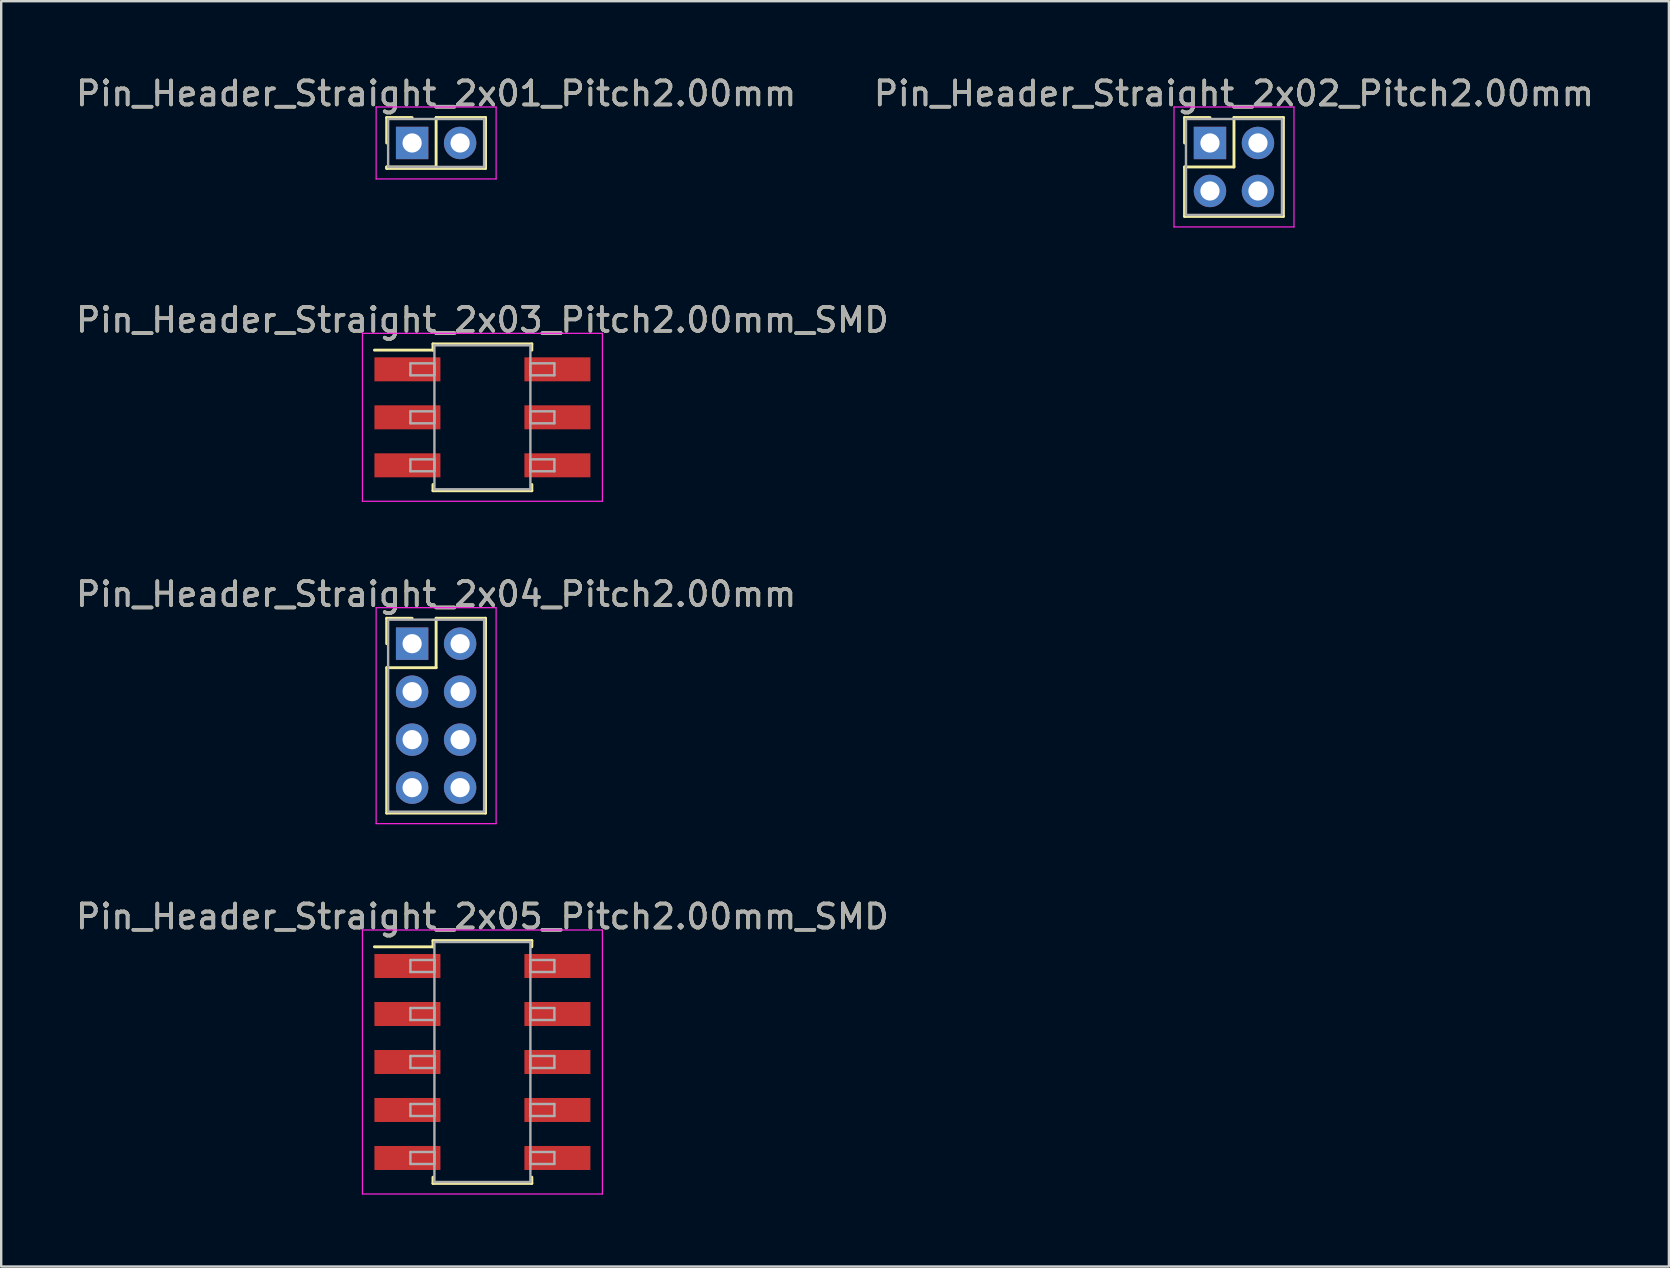
<source format=kicad_pcb>
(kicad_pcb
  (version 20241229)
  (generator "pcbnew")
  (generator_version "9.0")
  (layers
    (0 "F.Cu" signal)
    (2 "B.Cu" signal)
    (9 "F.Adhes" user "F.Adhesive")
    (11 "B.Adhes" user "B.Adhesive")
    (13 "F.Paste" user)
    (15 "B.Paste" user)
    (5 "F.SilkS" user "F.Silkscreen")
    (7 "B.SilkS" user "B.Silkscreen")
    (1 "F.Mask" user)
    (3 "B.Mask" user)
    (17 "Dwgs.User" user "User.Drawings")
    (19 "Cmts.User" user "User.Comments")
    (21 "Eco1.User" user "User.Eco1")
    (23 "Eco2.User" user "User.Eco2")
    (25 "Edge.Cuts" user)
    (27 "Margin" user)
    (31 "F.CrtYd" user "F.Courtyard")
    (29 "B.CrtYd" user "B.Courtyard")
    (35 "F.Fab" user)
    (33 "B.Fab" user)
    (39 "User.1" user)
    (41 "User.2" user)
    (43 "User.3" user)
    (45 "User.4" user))
  (footprint "Pin_Header_Straight_2x04_Pitch2.00mm"
    (layer "F.Cu")
    (at 14.125 23.775)
    (property "Reference" "Pin_Header_Straight_2x04_Pitch2.00mm" (at 1 -2.06 0) (layer "F.SilkS") (effects (font (size 1 1) (thickness 0.15))))
    (attr through_hole)
    (fp_line (start -1.06 -1.06) (end 0 -1.06) (stroke (width 0.12) (type solid)) (layer "F.SilkS"))
    (fp_line (start -1.06 0) (end -1.06 -1.06) (stroke (width 0.12) (type solid)) (layer "F.SilkS"))
    (fp_line (start -1.06 1) (end -1.06 7.06) (stroke (width 0.12) (type solid)) (layer "F.SilkS"))
    (fp_line (start -1.06 7.06) (end 3.06 7.06) (stroke (width 0.12) (type solid)) (layer "F.SilkS"))
    (fp_line (start 1 -1.06) (end 1 1) (stroke (width 0.12) (type solid)) (layer "F.SilkS"))
    (fp_line (start 1 1) (end -1.06 1) (stroke (width 0.12) (type solid)) (layer "F.SilkS"))
    (fp_line (start 3.06 -1.06) (end 1 -1.06) (stroke (width 0.12) (type solid)) (layer "F.SilkS"))
    (fp_line (start 3.06 7.06) (end 3.06 -1.06) (stroke (width 0.12) (type solid)) (layer "F.SilkS"))
    (fp_line (start -1.5 -1.5) (end -1.5 7.5) (stroke (width 0.05) (type solid)) (layer "F.CrtYd"))
    (fp_line (start -1.5 7.5) (end 3.5 7.5) (stroke (width 0.05) (type solid)) (layer "F.CrtYd"))
    (fp_line (start 3.5 -1.5) (end -1.5 -1.5) (stroke (width 0.05) (type solid)) (layer "F.CrtYd"))
    (fp_line (start 3.5 7.5) (end 3.5 -1.5) (stroke (width 0.05) (type solid)) (layer "F.CrtYd"))
    (fp_line (start -1 -1) (end -1 7) (stroke (width 0.1) (type solid)) (layer "F.Fab"))
    (fp_line (start -1 7) (end 3 7) (stroke (width 0.1) (type solid)) (layer "F.Fab"))
    (fp_line (start 3 -1) (end -1 -1) (stroke (width 0.1) (type solid)) (layer "F.Fab"))
    (fp_line (start 3 7) (end 3 -1) (stroke (width 0.1) (type solid)) (layer "F.Fab"))
    (fp_text user "${REFERENCE}" (at 1 -2.06 0) (layer "F.Fab") (effects (font (size 1 1) (thickness 0.15))))
    (pad "1" thru_hole rect (at 0 0) (size 1.35 1.35) (drill 0.8) (layers "*.Cu" "*.Mask"))
    (pad "2" thru_hole oval (at 2 0) (size 1.35 1.35) (drill 0.8) (layers "*.Cu" "*.Mask"))
    (pad "3" thru_hole oval (at 0 2) (size 1.35 1.35) (drill 0.8) (layers "*.Cu" "*.Mask"))
    (pad "4" thru_hole oval (at 2 2) (size 1.35 1.35) (drill 0.8) (layers "*.Cu" "*.Mask"))
    (pad "5" thru_hole oval (at 0 4) (size 1.35 1.35) (drill 0.8) (layers "*.Cu" "*.Mask"))
    (pad "6" thru_hole oval (at 2 4) (size 1.35 1.35) (drill 0.8) (layers "*.Cu" "*.Mask"))
    (pad "7" thru_hole oval (at 0 6) (size 1.35 1.35) (drill 0.8) (layers "*.Cu" "*.Mask"))
    (pad "8" thru_hole oval (at 2 6) (size 1.35 1.35) (drill 0.8) (layers "*.Cu" "*.Mask")))
  (footprint "Pin_Header_Straight_2x01_Pitch2.00mm"
    (layer "F.Cu")
    (at 14.125 2.908)
    (property "Reference" "Pin_Header_Straight_2x01_Pitch2.00mm" (at 1 -2.06 0) (layer "F.SilkS") (effects (font (size 1 1) (thickness 0.15))))
    (attr through_hole)
    (fp_line (start -1.06 -1.06) (end 0 -1.06) (stroke (width 0.12) (type solid)) (layer "F.SilkS"))
    (fp_line (start -1.06 0) (end -1.06 -1.06) (stroke (width 0.12) (type solid)) (layer "F.SilkS"))
    (fp_line (start -1.06 1) (end -1.06 1.06) (stroke (width 0.12) (type solid)) (layer "F.SilkS"))
    (fp_line (start -1.06 1.06) (end 3.06 1.06) (stroke (width 0.12) (type solid)) (layer "F.SilkS"))
    (fp_line (start 1 -1.06) (end 1 1) (stroke (width 0.12) (type solid)) (layer "F.SilkS"))
    (fp_line (start 1 1) (end -1.06 1) (stroke (width 0.12) (type solid)) (layer "F.SilkS"))
    (fp_line (start 3.06 -1.06) (end 1 -1.06) (stroke (width 0.12) (type solid)) (layer "F.SilkS"))
    (fp_line (start 3.06 1.06) (end 3.06 -1.06) (stroke (width 0.12) (type solid)) (layer "F.SilkS"))
    (fp_line (start -1.5 -1.5) (end -1.5 1.5) (stroke (width 0.05) (type solid)) (layer "F.CrtYd"))
    (fp_line (start -1.5 1.5) (end 3.5 1.5) (stroke (width 0.05) (type solid)) (layer "F.CrtYd"))
    (fp_line (start 3.5 -1.5) (end -1.5 -1.5) (stroke (width 0.05) (type solid)) (layer "F.CrtYd"))
    (fp_line (start 3.5 1.5) (end 3.5 -1.5) (stroke (width 0.05) (type solid)) (layer "F.CrtYd"))
    (fp_line (start -1 -1) (end -1 1) (stroke (width 0.1) (type solid)) (layer "F.Fab"))
    (fp_line (start -1 1) (end 3 1) (stroke (width 0.1) (type solid)) (layer "F.Fab"))
    (fp_line (start 3 -1) (end -1 -1) (stroke (width 0.1) (type solid)) (layer "F.Fab"))
    (fp_line (start 3 1) (end 3 -1) (stroke (width 0.1) (type solid)) (layer "F.Fab"))
    (fp_text user "${REFERENCE}" (at 1 -2.06 0) (layer "F.Fab") (effects (font (size 1 1) (thickness 0.15))))
    (pad "1" thru_hole rect (at 0 0) (size 1.35 1.35) (drill 0.8) (layers "*.Cu" "*.Mask"))
    (pad "2" thru_hole oval (at 2 0) (size 1.35 1.35) (drill 0.8) (layers "*.Cu" "*.Mask")))
  (footprint "Pin_Header_Straight_2x02_Pitch2.00mm"
    (layer "F.Cu")
    (at 47.375 2.908)
    (property "Reference" "Pin_Header_Straight_2x02_Pitch2.00mm" (at 1 -2.06 0) (layer "F.SilkS") (effects (font (size 1 1) (thickness 0.15))))
    (attr through_hole)
    (fp_line (start -1.06 -1.06) (end 0 -1.06) (stroke (width 0.12) (type solid)) (layer "F.SilkS"))
    (fp_line (start -1.06 0) (end -1.06 -1.06) (stroke (width 0.12) (type solid)) (layer "F.SilkS"))
    (fp_line (start -1.06 1) (end -1.06 3.06) (stroke (width 0.12) (type solid)) (layer "F.SilkS"))
    (fp_line (start -1.06 3.06) (end 3.06 3.06) (stroke (width 0.12) (type solid)) (layer "F.SilkS"))
    (fp_line (start 1 -1.06) (end 1 1) (stroke (width 0.12) (type solid)) (layer "F.SilkS"))
    (fp_line (start 1 1) (end -1.06 1) (stroke (width 0.12) (type solid)) (layer "F.SilkS"))
    (fp_line (start 3.06 -1.06) (end 1 -1.06) (stroke (width 0.12) (type solid)) (layer "F.SilkS"))
    (fp_line (start 3.06 3.06) (end 3.06 -1.06) (stroke (width 0.12) (type solid)) (layer "F.SilkS"))
    (fp_line (start -1.5 -1.5) (end -1.5 3.5) (stroke (width 0.05) (type solid)) (layer "F.CrtYd"))
    (fp_line (start -1.5 3.5) (end 3.5 3.5) (stroke (width 0.05) (type solid)) (layer "F.CrtYd"))
    (fp_line (start 3.5 -1.5) (end -1.5 -1.5) (stroke (width 0.05) (type solid)) (layer "F.CrtYd"))
    (fp_line (start 3.5 3.5) (end 3.5 -1.5) (stroke (width 0.05) (type solid)) (layer "F.CrtYd"))
    (fp_line (start -1 -1) (end -1 3) (stroke (width 0.1) (type solid)) (layer "F.Fab"))
    (fp_line (start -1 3) (end 3 3) (stroke (width 0.1) (type solid)) (layer "F.Fab"))
    (fp_line (start 3 -1) (end -1 -1) (stroke (width 0.1) (type solid)) (layer "F.Fab"))
    (fp_line (start 3 3) (end 3 -1) (stroke (width 0.1) (type solid)) (layer "F.Fab"))
    (fp_text user "${REFERENCE}" (at 1 -2.06 0) (layer "F.Fab") (effects (font (size 1 1) (thickness 0.15))))
    (pad "1" thru_hole rect (at 0 0) (size 1.35 1.35) (drill 0.8) (layers "*.Cu" "*.Mask"))
    (pad "2" thru_hole oval (at 2 0) (size 1.35 1.35) (drill 0.8) (layers "*.Cu" "*.Mask"))
    (pad "3" thru_hole oval (at 0 2) (size 1.35 1.35) (drill 0.8) (layers "*.Cu" "*.Mask"))
    (pad "4" thru_hole oval (at 2 2) (size 1.35 1.35) (drill 0.8) (layers "*.Cu" "*.Mask")))
  (footprint "Pin_Header_Straight_2x05_Pitch2.00mm_SMD"
    (layer "F.Cu")
    (at 17.054 41.208)
    (property "Reference" "Pin_Header_Straight_2x05_Pitch2.00mm_SMD" (at 0 -6.06 0) (layer "F.SilkS") (effects (font (size 1 1) (thickness 0.15))))
    (attr smd)
    (fp_line (start -4.5 -4.8) (end -2.06 -4.8) (stroke (width 0.12) (type solid)) (layer "F.SilkS"))
    (fp_line (start -2.06 -5.06) (end 2.06 -5.06) (stroke (width 0.12) (type solid)) (layer "F.SilkS"))
    (fp_line (start -2.06 -4.8) (end -2.06 -5.06) (stroke (width 0.12) (type solid)) (layer "F.SilkS"))
    (fp_line (start -2.06 4.8) (end -2.06 5.06) (stroke (width 0.12) (type solid)) (layer "F.SilkS"))
    (fp_line (start -2.06 5.06) (end 2.06 5.06) (stroke (width 0.12) (type solid)) (layer "F.SilkS"))
    (fp_line (start 2.06 -5.06) (end 2.06 -4.8) (stroke (width 0.12) (type solid)) (layer "F.SilkS"))
    (fp_line (start 2.06 5.06) (end 2.06 4.8) (stroke (width 0.12) (type solid)) (layer "F.SilkS"))
    (fp_line (start -5 -5.5) (end -5 5.5) (stroke (width 0.05) (type solid)) (layer "F.CrtYd"))
    (fp_line (start -5 5.5) (end 5 5.5) (stroke (width 0.05) (type solid)) (layer "F.CrtYd"))
    (fp_line (start 5 -5.5) (end -5 -5.5) (stroke (width 0.05) (type solid)) (layer "F.CrtYd"))
    (fp_line (start 5 5.5) (end 5 -5.5) (stroke (width 0.05) (type solid)) (layer "F.CrtYd"))
    (fp_line (start -3 -4.25) (end -2 -4.25) (stroke (width 0.1) (type solid)) (layer "F.Fab"))
    (fp_line (start -3 -3.75) (end -3 -4.25) (stroke (width 0.1) (type solid)) (layer "F.Fab"))
    (fp_line (start -3 -2.25) (end -2 -2.25) (stroke (width 0.1) (type solid)) (layer "F.Fab"))
    (fp_line (start -3 -1.75) (end -3 -2.25) (stroke (width 0.1) (type solid)) (layer "F.Fab"))
    (fp_line (start -3 -0.25) (end -2 -0.25) (stroke (width 0.1) (type solid)) (layer "F.Fab"))
    (fp_line (start -3 0.25) (end -3 -0.25) (stroke (width 0.1) (type solid)) (layer "F.Fab"))
    (fp_line (start -3 1.75) (end -2 1.75) (stroke (width 0.1) (type solid)) (layer "F.Fab"))
    (fp_line (start -3 2.25) (end -3 1.75) (stroke (width 0.1) (type solid)) (layer "F.Fab"))
    (fp_line (start -3 3.75) (end -2 3.75) (stroke (width 0.1) (type solid)) (layer "F.Fab"))
    (fp_line (start -3 4.25) (end -3 3.75) (stroke (width 0.1) (type solid)) (layer "F.Fab"))
    (fp_line (start -2 -5) (end -2 5) (stroke (width 0.1) (type solid)) (layer "F.Fab"))
    (fp_line (start -2 -4.25) (end -2 -3.75) (stroke (width 0.1) (type solid)) (layer "F.Fab"))
    (fp_line (start -2 -3.75) (end -3 -3.75) (stroke (width 0.1) (type solid)) (layer "F.Fab"))
    (fp_line (start -2 -2.25) (end -2 -1.75) (stroke (width 0.1) (type solid)) (layer "F.Fab"))
    (fp_line (start -2 -1.75) (end -3 -1.75) (stroke (width 0.1) (type solid)) (layer "F.Fab"))
    (fp_line (start -2 -0.25) (end -2 0.25) (stroke (width 0.1) (type solid)) (layer "F.Fab"))
    (fp_line (start -2 0.25) (end -3 0.25) (stroke (width 0.1) (type solid)) (layer "F.Fab"))
    (fp_line (start -2 1.75) (end -2 2.25) (stroke (width 0.1) (type solid)) (layer "F.Fab"))
    (fp_line (start -2 2.25) (end -3 2.25) (stroke (width 0.1) (type solid)) (layer "F.Fab"))
    (fp_line (start -2 3.75) (end -2 4.25) (stroke (width 0.1) (type solid)) (layer "F.Fab"))
    (fp_line (start -2 4.25) (end -3 4.25) (stroke (width 0.1) (type solid)) (layer "F.Fab"))
    (fp_line (start -2 5) (end 2 5) (stroke (width 0.1) (type solid)) (layer "F.Fab"))
    (fp_line (start 2 -5) (end -2 -5) (stroke (width 0.1) (type solid)) (layer "F.Fab"))
    (fp_line (start 2 -4.25) (end 2 -3.75) (stroke (width 0.1) (type solid)) (layer "F.Fab"))
    (fp_line (start 2 -3.75) (end 3 -3.75) (stroke (width 0.1) (type solid)) (layer "F.Fab"))
    (fp_line (start 2 -2.25) (end 2 -1.75) (stroke (width 0.1) (type solid)) (layer "F.Fab"))
    (fp_line (start 2 -1.75) (end 3 -1.75) (stroke (width 0.1) (type solid)) (layer "F.Fab"))
    (fp_line (start 2 -0.25) (end 2 0.25) (stroke (width 0.1) (type solid)) (layer "F.Fab"))
    (fp_line (start 2 0.25) (end 3 0.25) (stroke (width 0.1) (type solid)) (layer "F.Fab"))
    (fp_line (start 2 1.75) (end 2 2.25) (stroke (width 0.1) (type solid)) (layer "F.Fab"))
    (fp_line (start 2 2.25) (end 3 2.25) (stroke (width 0.1) (type solid)) (layer "F.Fab"))
    (fp_line (start 2 3.75) (end 2 4.25) (stroke (width 0.1) (type solid)) (layer "F.Fab"))
    (fp_line (start 2 4.25) (end 3 4.25) (stroke (width 0.1) (type solid)) (layer "F.Fab"))
    (fp_line (start 2 5) (end 2 -5) (stroke (width 0.1) (type solid)) (layer "F.Fab"))
    (fp_line (start 3 -4.25) (end 2 -4.25) (stroke (width 0.1) (type solid)) (layer "F.Fab"))
    (fp_line (start 3 -3.75) (end 3 -4.25) (stroke (width 0.1) (type solid)) (layer "F.Fab"))
    (fp_line (start 3 -2.25) (end 2 -2.25) (stroke (width 0.1) (type solid)) (layer "F.Fab"))
    (fp_line (start 3 -1.75) (end 3 -2.25) (stroke (width 0.1) (type solid)) (layer "F.Fab"))
    (fp_line (start 3 -0.25) (end 2 -0.25) (stroke (width 0.1) (type solid)) (layer "F.Fab"))
    (fp_line (start 3 0.25) (end 3 -0.25) (stroke (width 0.1) (type solid)) (layer "F.Fab"))
    (fp_line (start 3 1.75) (end 2 1.75) (stroke (width 0.1) (type solid)) (layer "F.Fab"))
    (fp_line (start 3 2.25) (end 3 1.75) (stroke (width 0.1) (type solid)) (layer "F.Fab"))
    (fp_line (start 3 3.75) (end 2 3.75) (stroke (width 0.1) (type solid)) (layer "F.Fab"))
    (fp_line (start 3 4.25) (end 3 3.75) (stroke (width 0.1) (type solid)) (layer "F.Fab"))
    (fp_text user "${REFERENCE}" (at 0 -6.06 0) (layer "F.Fab") (effects (font (size 1 1) (thickness 0.15))))
    (pad "1" smd rect (at -3.125 -4) (size 2.75 1) (layers "F.Cu" "F.Mask" "F.Paste"))
    (pad "2" smd rect (at 3.125 -4) (size 2.75 1) (layers "F.Cu" "F.Mask" "F.Paste"))
    (pad "3" smd rect (at -3.125 -2) (size 2.75 1) (layers "F.Cu" "F.Mask" "F.Paste"))
    (pad "4" smd rect (at 3.125 -2) (size 2.75 1) (layers "F.Cu" "F.Mask" "F.Paste"))
    (pad "5" smd rect (at -3.125 0) (size 2.75 1) (layers "F.Cu" "F.Mask" "F.Paste"))
    (pad "6" smd rect (at 3.125 0) (size 2.75 1) (layers "F.Cu" "F.Mask" "F.Paste"))
    (pad "7" smd rect (at -3.125 2) (size 2.75 1) (layers "F.Cu" "F.Mask" "F.Paste"))
    (pad "8" smd rect (at 3.125 2) (size 2.75 1) (layers "F.Cu" "F.Mask" "F.Paste"))
    (pad "9" smd rect (at -3.125 4) (size 2.75 1) (layers "F.Cu" "F.Mask" "F.Paste"))
    (pad "10" smd rect (at 3.125 4) (size 2.75 1) (layers "F.Cu" "F.Mask" "F.Paste")))
  (footprint "Pin_Header_Straight_2x03_Pitch2.00mm_SMD"
    (layer "F.Cu")
    (at 17.054 14.341)
    (property "Reference" "Pin_Header_Straight_2x03_Pitch2.00mm_SMD" (at 0 -4.06 0) (layer "F.SilkS") (effects (font (size 1 1) (thickness 0.15))))
    (attr smd)
    (fp_line (start -4.5 -2.8) (end -2.06 -2.8) (stroke (width 0.12) (type solid)) (layer "F.SilkS"))
    (fp_line (start -2.06 -3.06) (end 2.06 -3.06) (stroke (width 0.12) (type solid)) (layer "F.SilkS"))
    (fp_line (start -2.06 -2.8) (end -2.06 -3.06) (stroke (width 0.12) (type solid)) (layer "F.SilkS"))
    (fp_line (start -2.06 2.8) (end -2.06 3.06) (stroke (width 0.12) (type solid)) (layer "F.SilkS"))
    (fp_line (start -2.06 3.06) (end 2.06 3.06) (stroke (width 0.12) (type solid)) (layer "F.SilkS"))
    (fp_line (start 2.06 -3.06) (end 2.06 -2.8) (stroke (width 0.12) (type solid)) (layer "F.SilkS"))
    (fp_line (start 2.06 3.06) (end 2.06 2.8) (stroke (width 0.12) (type solid)) (layer "F.SilkS"))
    (fp_line (start -5 -3.5) (end -5 3.5) (stroke (width 0.05) (type solid)) (layer "F.CrtYd"))
    (fp_line (start -5 3.5) (end 5 3.5) (stroke (width 0.05) (type solid)) (layer "F.CrtYd"))
    (fp_line (start 5 -3.5) (end -5 -3.5) (stroke (width 0.05) (type solid)) (layer "F.CrtYd"))
    (fp_line (start 5 3.5) (end 5 -3.5) (stroke (width 0.05) (type solid)) (layer "F.CrtYd"))
    (fp_line (start -3 -2.25) (end -2 -2.25) (stroke (width 0.1) (type solid)) (layer "F.Fab"))
    (fp_line (start -3 -1.75) (end -3 -2.25) (stroke (width 0.1) (type solid)) (layer "F.Fab"))
    (fp_line (start -3 -0.25) (end -2 -0.25) (stroke (width 0.1) (type solid)) (layer "F.Fab"))
    (fp_line (start -3 0.25) (end -3 -0.25) (stroke (width 0.1) (type solid)) (layer "F.Fab"))
    (fp_line (start -3 1.75) (end -2 1.75) (stroke (width 0.1) (type solid)) (layer "F.Fab"))
    (fp_line (start -3 2.25) (end -3 1.75) (stroke (width 0.1) (type solid)) (layer "F.Fab"))
    (fp_line (start -2 -3) (end -2 3) (stroke (width 0.1) (type solid)) (layer "F.Fab"))
    (fp_line (start -2 -2.25) (end -2 -1.75) (stroke (width 0.1) (type solid)) (layer "F.Fab"))
    (fp_line (start -2 -1.75) (end -3 -1.75) (stroke (width 0.1) (type solid)) (layer "F.Fab"))
    (fp_line (start -2 -0.25) (end -2 0.25) (stroke (width 0.1) (type solid)) (layer "F.Fab"))
    (fp_line (start -2 0.25) (end -3 0.25) (stroke (width 0.1) (type solid)) (layer "F.Fab"))
    (fp_line (start -2 1.75) (end -2 2.25) (stroke (width 0.1) (type solid)) (layer "F.Fab"))
    (fp_line (start -2 2.25) (end -3 2.25) (stroke (width 0.1) (type solid)) (layer "F.Fab"))
    (fp_line (start -2 3) (end 2 3) (stroke (width 0.1) (type solid)) (layer "F.Fab"))
    (fp_line (start 2 -3) (end -2 -3) (stroke (width 0.1) (type solid)) (layer "F.Fab"))
    (fp_line (start 2 -2.25) (end 2 -1.75) (stroke (width 0.1) (type solid)) (layer "F.Fab"))
    (fp_line (start 2 -1.75) (end 3 -1.75) (stroke (width 0.1) (type solid)) (layer "F.Fab"))
    (fp_line (start 2 -0.25) (end 2 0.25) (stroke (width 0.1) (type solid)) (layer "F.Fab"))
    (fp_line (start 2 0.25) (end 3 0.25) (stroke (width 0.1) (type solid)) (layer "F.Fab"))
    (fp_line (start 2 1.75) (end 2 2.25) (stroke (width 0.1) (type solid)) (layer "F.Fab"))
    (fp_line (start 2 2.25) (end 3 2.25) (stroke (width 0.1) (type solid)) (layer "F.Fab"))
    (fp_line (start 2 3) (end 2 -3) (stroke (width 0.1) (type solid)) (layer "F.Fab"))
    (fp_line (start 3 -2.25) (end 2 -2.25) (stroke (width 0.1) (type solid)) (layer "F.Fab"))
    (fp_line (start 3 -1.75) (end 3 -2.25) (stroke (width 0.1) (type solid)) (layer "F.Fab"))
    (fp_line (start 3 -0.25) (end 2 -0.25) (stroke (width 0.1) (type solid)) (layer "F.Fab"))
    (fp_line (start 3 0.25) (end 3 -0.25) (stroke (width 0.1) (type solid)) (layer "F.Fab"))
    (fp_line (start 3 1.75) (end 2 1.75) (stroke (width 0.1) (type solid)) (layer "F.Fab"))
    (fp_line (start 3 2.25) (end 3 1.75) (stroke (width 0.1) (type solid)) (layer "F.Fab"))
    (fp_text user "${REFERENCE}" (at 0 -4.06 0) (layer "F.Fab") (effects (font (size 1 1) (thickness 0.15))))
    (pad "1" smd rect (at -3.125 -2) (size 2.75 1) (layers "F.Cu" "F.Mask" "F.Paste"))
    (pad "2" smd rect (at 3.125 -2) (size 2.75 1) (layers "F.Cu" "F.Mask" "F.Paste"))
    (pad "3" smd rect (at -3.125 0) (size 2.75 1) (layers "F.Cu" "F.Mask" "F.Paste"))
    (pad "4" smd rect (at 3.125 0) (size 2.75 1) (layers "F.Cu" "F.Mask" "F.Paste"))
    (pad "5" smd rect (at -3.125 2) (size 2.75 1) (layers "F.Cu" "F.Mask" "F.Paste"))
    (pad "6" smd rect (at 3.125 2) (size 2.75 1) (layers "F.Cu" "F.Mask" "F.Paste")))
  (gr_rect
    (start -3 -3)
    (end 66.5 49.733)
    (stroke (width 0.1) (type default))
    (fill no)
    (layer "Edge.Cuts")))
</source>
